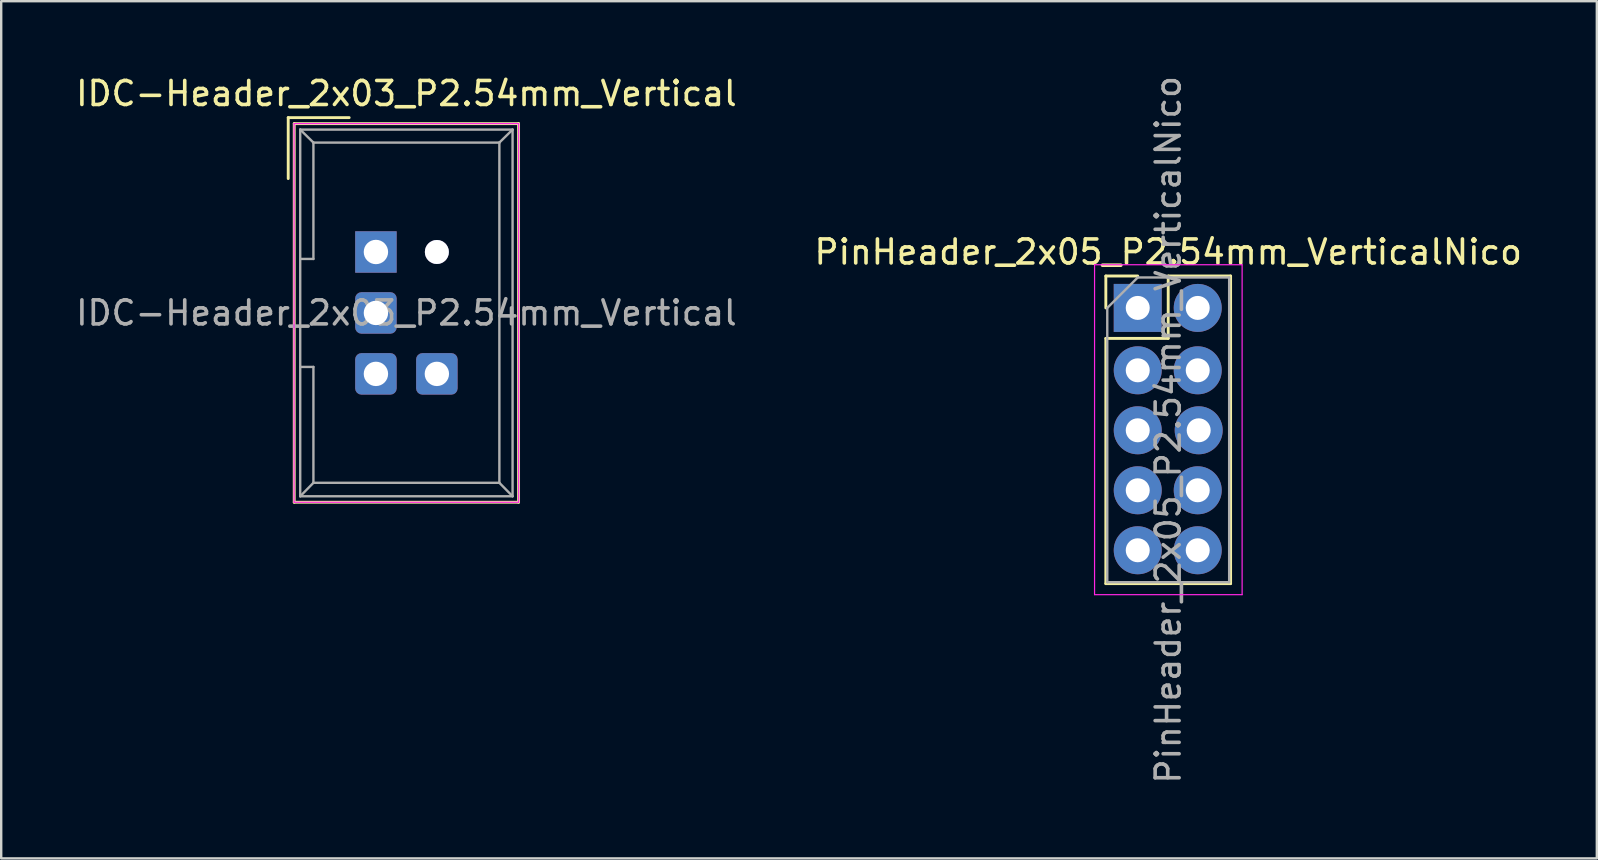
<source format=kicad_pcb>
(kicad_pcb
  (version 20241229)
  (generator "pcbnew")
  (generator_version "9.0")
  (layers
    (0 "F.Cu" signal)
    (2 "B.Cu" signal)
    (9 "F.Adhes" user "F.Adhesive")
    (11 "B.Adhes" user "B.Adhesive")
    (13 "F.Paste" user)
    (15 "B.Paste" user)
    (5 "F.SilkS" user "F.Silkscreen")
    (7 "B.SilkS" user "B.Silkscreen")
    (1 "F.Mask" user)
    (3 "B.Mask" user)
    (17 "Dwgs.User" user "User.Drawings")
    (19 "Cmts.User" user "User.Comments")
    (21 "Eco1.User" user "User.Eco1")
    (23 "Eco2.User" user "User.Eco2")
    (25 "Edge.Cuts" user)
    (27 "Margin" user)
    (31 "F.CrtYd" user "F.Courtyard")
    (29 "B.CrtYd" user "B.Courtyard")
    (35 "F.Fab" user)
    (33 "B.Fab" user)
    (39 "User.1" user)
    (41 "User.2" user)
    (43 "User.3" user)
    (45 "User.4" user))
  (footprint "PinHeader_2x05_P2.54mm_VerticalNico"
    (layer "F.Cu")
    (at 44.367 9.783)
    (property "Reference" "PinHeader_2x05_P2.54mm_VerticalNico" (at 1.27 -2.33 0) (layer "F.SilkS") (effects (font (size 1 1) (thickness 0.15))))
    (attr through_hole)
    (fp_line (start -1.33 -1.33) (end 0 -1.33) (stroke (width 0.12) (type solid)) (layer "F.SilkS"))
    (fp_line (start -1.33 0) (end -1.33 -1.33) (stroke (width 0.12) (type solid)) (layer "F.SilkS"))
    (fp_line (start -1.33 1.27) (end -1.33 11.49) (stroke (width 0.12) (type solid)) (layer "F.SilkS"))
    (fp_line (start -1.33 1.27) (end 1.27 1.27) (stroke (width 0.12) (type solid)) (layer "F.SilkS"))
    (fp_line (start -1.33 11.49) (end 3.87 11.49) (stroke (width 0.12) (type solid)) (layer "F.SilkS"))
    (fp_line (start 1.27 -1.33) (end 3.87 -1.33) (stroke (width 0.12) (type solid)) (layer "F.SilkS"))
    (fp_line (start 1.27 1.27) (end 1.27 -1.33) (stroke (width 0.12) (type solid)) (layer "F.SilkS"))
    (fp_line (start 3.87 -1.33) (end 3.87 11.49) (stroke (width 0.12) (type solid)) (layer "F.SilkS"))
    (fp_line (start -1.8 -1.8) (end -1.8 11.95) (stroke (width 0.05) (type solid)) (layer "F.CrtYd"))
    (fp_line (start -1.8 11.95) (end 4.35 11.95) (stroke (width 0.05) (type solid)) (layer "F.CrtYd"))
    (fp_line (start 4.35 -1.8) (end -1.8 -1.8) (stroke (width 0.05) (type solid)) (layer "F.CrtYd"))
    (fp_line (start 4.35 11.95) (end 4.35 -1.8) (stroke (width 0.05) (type solid)) (layer "F.CrtYd"))
    (fp_line (start -1.27 0) (end 0 -1.27) (stroke (width 0.1) (type solid)) (layer "F.Fab"))
    (fp_line (start -1.27 11.43) (end -1.27 0) (stroke (width 0.1) (type solid)) (layer "F.Fab"))
    (fp_line (start 0 -1.27) (end 3.81 -1.27) (stroke (width 0.1) (type solid)) (layer "F.Fab"))
    (fp_line (start 3.81 -1.27) (end 3.81 11.43) (stroke (width 0.1) (type solid)) (layer "F.Fab"))
    (fp_line (start 3.81 11.43) (end -1.27 11.43) (stroke (width 0.1) (type solid)) (layer "F.Fab"))
    (fp_text user "${REFERENCE}" (at 1.27 5.08 270) (layer "F.Fab") (effects (font (size 1 1) (thickness 0.15))))
    (pad "1" thru_hole rect (at 0 0) (size 2 2) (drill 1) (layers "*.Cu" "*.Mask"))
    (pad "2" thru_hole oval (at 0 2.6) (size 2 2) (drill 1) (layers "*.Cu" "*.Mask"))
    (pad "3" thru_hole oval (at 0 5.1) (size 2 2) (drill 1) (layers "*.Cu" "*.Mask"))
    (pad "4" thru_hole oval (at 0 7.6) (size 2 2) (drill 1) (layers "*.Cu" "*.Mask"))
    (pad "5" thru_hole oval (at 0 10.1) (size 2 2) (drill 1) (layers "*.Cu" "*.Mask"))
    (pad "6" thru_hole oval (at 2.5 10.1) (size 2 2) (drill 1) (layers "*.Cu" "*.Mask"))
    (pad "7" thru_hole oval (at 2.5 7.6) (size 2 2) (drill 1) (layers "*.Cu" "*.Mask"))
    (pad "8" thru_hole oval (at 2.54 5.1) (size 2 2) (drill 1) (layers "*.Cu" "*.Mask"))
    (pad "9" thru_hole oval (at 2.5 2.6) (size 2 2) (drill 1) (layers "*.Cu" "*.Mask"))
    (pad "10" thru_hole oval (at 2.5 0) (size 2 2) (drill 1) (layers "*.Cu" "*.Mask")))
  (footprint "IDC-Header_2x03_P2.54mm_Vertical"
    (layer "F.Cu")
    (at 12.617 7.452)
    (property "Reference" "IDC-Header_2x03_P2.54mm_Vertical" (at 1.27 -6.604 180) (layer "F.SilkS") (effects (font (size 1 1) (thickness 0.15))))
    (attr through_hole)
    (fp_line (start -3.655 -5.6) (end -3.655 -3.06) (stroke (width 0.12) (type solid)) (layer "F.SilkS"))
    (fp_line (start -3.655 -5.6) (end -1.115 -5.6) (stroke (width 0.12) (type solid)) (layer "F.SilkS"))
    (fp_line (start -3.405 -5.35) (end 5.945 -5.35) (stroke (width 0.12) (type solid)) (layer "F.SilkS"))
    (fp_line (start -3.405 10.43) (end -3.405 -5.35) (stroke (width 0.12) (type solid)) (layer "F.SilkS"))
    (fp_line (start 5.945 -5.35) (end 5.945 10.43) (stroke (width 0.12) (type solid)) (layer "F.SilkS"))
    (fp_line (start 5.945 10.43) (end -3.405 10.43) (stroke (width 0.12) (type solid)) (layer "F.SilkS"))
    (fp_line (start -3.41 -5.35) (end 5.95 -5.35) (stroke (width 0.05) (type solid)) (layer "F.CrtYd"))
    (fp_line (start -3.41 10.43) (end -3.41 -5.35) (stroke (width 0.05) (type solid)) (layer "F.CrtYd"))
    (fp_line (start 5.95 -5.35) (end 5.95 10.43) (stroke (width 0.05) (type solid)) (layer "F.CrtYd"))
    (fp_line (start 5.95 10.43) (end -3.41 10.43) (stroke (width 0.05) (type solid)) (layer "F.CrtYd"))
    (fp_line (start -3.155 -5.1) (end -3.155 10.18) (stroke (width 0.1) (type solid)) (layer "F.Fab"))
    (fp_line (start -3.155 -5.1) (end -2.605 -4.56) (stroke (width 0.1) (type solid)) (layer "F.Fab"))
    (fp_line (start -3.155 10.18) (end -2.605 9.62) (stroke (width 0.1) (type solid)) (layer "F.Fab"))
    (fp_line (start -2.605 -4.56) (end -2.605 0.29) (stroke (width 0.1) (type solid)) (layer "F.Fab"))
    (fp_line (start -2.605 0.29) (end -3.155 0.29) (stroke (width 0.1) (type solid)) (layer "F.Fab"))
    (fp_line (start -2.605 4.79) (end -3.155 4.79) (stroke (width 0.1) (type solid)) (layer "F.Fab"))
    (fp_line (start -2.605 4.79) (end -2.605 9.62) (stroke (width 0.1) (type solid)) (layer "F.Fab"))
    (fp_line (start 5.145 -4.56) (end -2.605 -4.56) (stroke (width 0.1) (type solid)) (layer "F.Fab"))
    (fp_line (start 5.145 -4.56) (end 5.145 9.62) (stroke (width 0.1) (type solid)) (layer "F.Fab"))
    (fp_line (start 5.145 9.62) (end -2.605 9.62) (stroke (width 0.1) (type solid)) (layer "F.Fab"))
    (fp_line (start 5.695 -5.1) (end -3.155 -5.1) (stroke (width 0.1) (type solid)) (layer "F.Fab"))
    (fp_line (start 5.695 -5.1) (end 5.145 -4.56) (stroke (width 0.1) (type solid)) (layer "F.Fab"))
    (fp_line (start 5.695 -5.1) (end 5.695 10.18) (stroke (width 0.1) (type solid)) (layer "F.Fab"))
    (fp_line (start 5.695 10.18) (end -3.155 10.18) (stroke (width 0.1) (type solid)) (layer "F.Fab"))
    (fp_line (start 5.695 10.18) (end 5.145 9.62) (stroke (width 0.1) (type solid)) (layer "F.Fab"))
    (fp_text user "${REFERENCE}" (at 1.27 2.54 180) (layer "F.Fab") (effects (font (size 1 1) (thickness 0.15))))
    (pad "" smd oval (at 2.54 2.54) (size 1 1) (layers "F.Mask" "F.Paste"))
    (pad "1" thru_hole rect (at 0 0) (size 1.727 1.727) (drill 1.016) (layers "*.Cu" "*.Mask"))
    (pad "2" thru_hole oval (at 2.54 0) (size 1 1) (drill 1) (layers "*.Cu" "*.Mask"))
    (pad "3" thru_hole roundrect (at 0 2.54) (size 1.727 1.727) (drill 1.016) (layers "*.Cu" "*.Mask") (roundrect_rratio 0.15))
    (pad "5" thru_hole roundrect (at 0 5.08) (size 1.727 1.727) (drill 1.016) (layers "*.Cu" "*.Mask") (roundrect_rratio 0.15))
    (pad "6" thru_hole roundrect (at 2.54 5.08) (size 1.727 1.727) (drill 1.016) (layers "*.Cu" "*.Mask") (roundrect_rratio 0.15)))
  (gr_rect
    (start -3 -3)
    (end 63.5 32.726)
    (stroke (width 0.1) (type default))
    (fill no)
    (layer "Edge.Cuts")))
</source>
